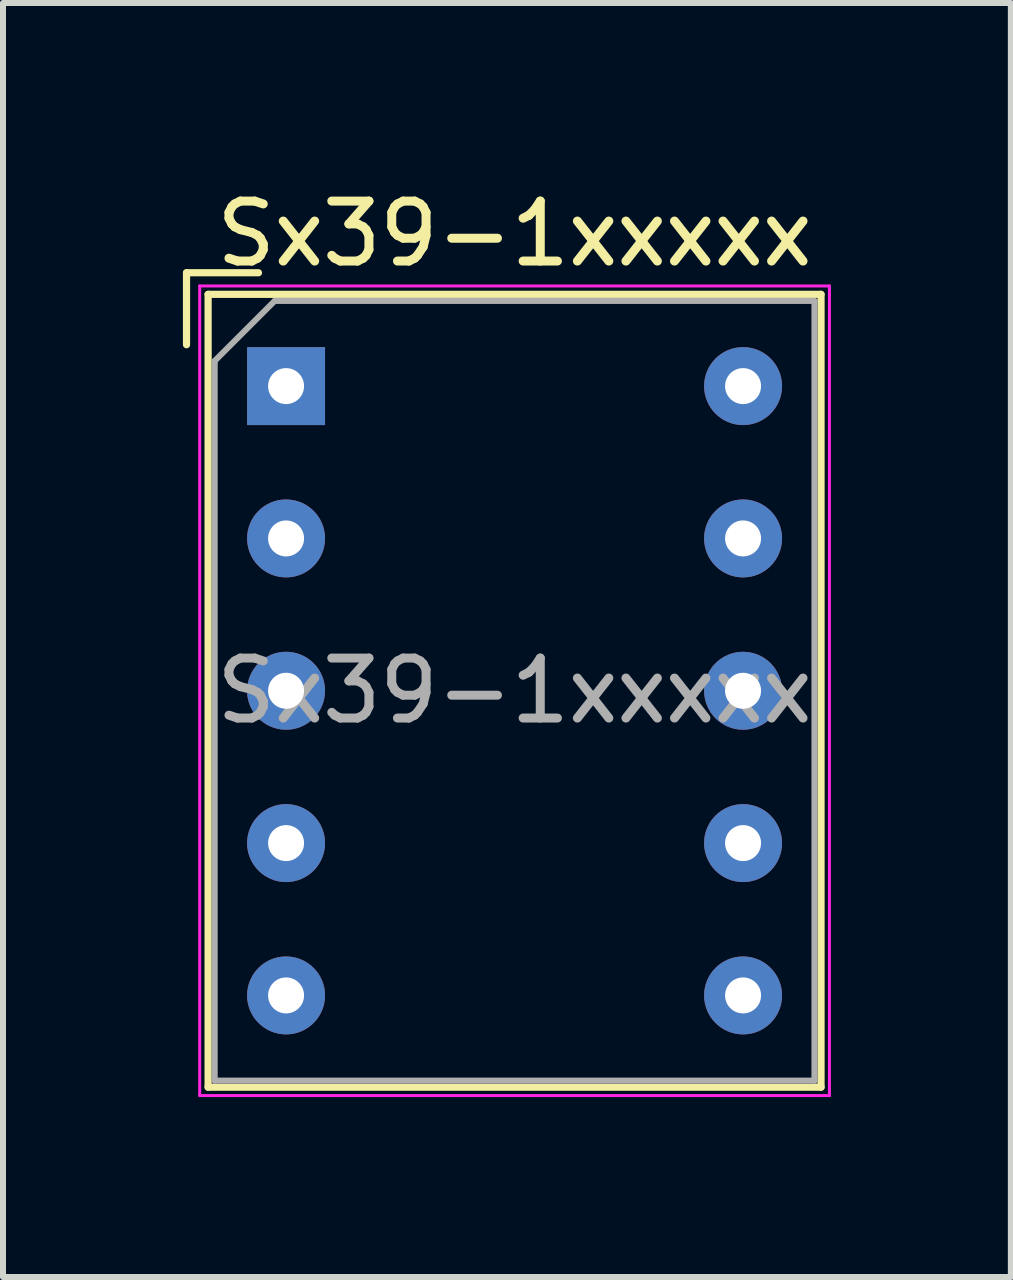
<source format=kicad_pcb>
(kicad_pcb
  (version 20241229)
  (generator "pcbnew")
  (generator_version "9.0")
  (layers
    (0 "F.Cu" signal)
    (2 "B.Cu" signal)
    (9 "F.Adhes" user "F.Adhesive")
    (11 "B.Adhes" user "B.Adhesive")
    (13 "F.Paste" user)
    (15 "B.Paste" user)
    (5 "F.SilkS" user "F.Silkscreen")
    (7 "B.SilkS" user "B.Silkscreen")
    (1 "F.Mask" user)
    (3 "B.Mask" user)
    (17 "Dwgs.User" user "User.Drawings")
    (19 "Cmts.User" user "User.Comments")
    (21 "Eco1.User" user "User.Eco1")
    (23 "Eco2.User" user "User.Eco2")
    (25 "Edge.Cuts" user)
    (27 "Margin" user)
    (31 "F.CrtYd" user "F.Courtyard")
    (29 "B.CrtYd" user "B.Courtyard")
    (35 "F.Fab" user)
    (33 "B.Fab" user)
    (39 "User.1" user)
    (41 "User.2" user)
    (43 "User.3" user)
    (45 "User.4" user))
  (footprint "Sx39-1xxxxx"
    (layer "F.Cu")
    (at 1.72 3.388)
    (property "Reference" "Sx39-1xxxxx" (at 3.81 -2.54 0) (layer "F.SilkS") (effects (font (size 1 1) (thickness 0.15))))
    (attr through_hole)
    (fp_line (start -1.66 -1.89) (end -0.46 -1.89) (stroke (width 0.12) (type solid)) (layer "F.SilkS"))
    (fp_line (start -1.66 -0.69) (end -1.66 -1.89) (stroke (width 0.12) (type solid)) (layer "F.SilkS"))
    (fp_line (start -1.3 -1.53) (end -1.3 11.69) (stroke (width 0.12) (type solid)) (layer "F.SilkS"))
    (fp_line (start -1.3 11.69) (end 8.92 11.69) (stroke (width 0.12) (type solid)) (layer "F.SilkS"))
    (fp_line (start 8.92 -1.53) (end -1.3 -1.53) (stroke (width 0.12) (type solid)) (layer "F.SilkS"))
    (fp_line (start 8.92 11.69) (end 8.92 -1.53) (stroke (width 0.12) (type solid)) (layer "F.SilkS"))
    (fp_line (start -1.44 -1.67) (end 9.06 -1.67) (stroke (width 0.05) (type solid)) (layer "F.CrtYd"))
    (fp_line (start -1.44 11.83) (end -1.44 -1.67) (stroke (width 0.05) (type solid)) (layer "F.CrtYd"))
    (fp_line (start 9.06 -1.67) (end 9.06 11.83) (stroke (width 0.05) (type solid)) (layer "F.CrtYd"))
    (fp_line (start 9.06 11.83) (end -1.44 11.83) (stroke (width 0.05) (type solid)) (layer "F.CrtYd"))
    (fp_line (start -1.19 -0.42) (end -0.19 -1.42) (stroke (width 0.1) (type solid)) (layer "F.Fab"))
    (fp_line (start -1.19 11.58) (end -1.19 -0.42) (stroke (width 0.1) (type solid)) (layer "F.Fab"))
    (fp_line (start -0.19 -1.42) (end 8.81 -1.42) (stroke (width 0.1) (type solid)) (layer "F.Fab"))
    (fp_line (start 8.81 -1.42) (end 8.81 11.58) (stroke (width 0.1) (type solid)) (layer "F.Fab"))
    (fp_line (start 8.81 11.58) (end -1.19 11.58) (stroke (width 0.1) (type solid)) (layer "F.Fab"))
    (fp_text user "${REFERENCE}" (at 3.81 5.08 0) (layer "F.Fab") (effects (font (size 1 1) (thickness 0.15))))
    (pad "1" thru_hole rect (at 0 0) (size 1.3 1.3) (drill 0.6) (layers "*.Cu" "*.Mask"))
    (pad "2" thru_hole circle (at 0 2.54) (size 1.3 1.3) (drill 0.6) (layers "*.Cu" "*.Mask"))
    (pad "3" thru_hole circle (at 0 5.08) (size 1.3 1.3) (drill 0.6) (layers "*.Cu" "*.Mask"))
    (pad "4" thru_hole circle (at 0 7.62) (size 1.3 1.3) (drill 0.6) (layers "*.Cu" "*.Mask"))
    (pad "5" thru_hole circle (at 0 10.16) (size 1.3 1.3) (drill 0.6) (layers "*.Cu" "*.Mask"))
    (pad "6" thru_hole circle (at 7.62 10.16) (size 1.3 1.3) (drill 0.6) (layers "*.Cu" "*.Mask"))
    (pad "7" thru_hole circle (at 7.62 7.62) (size 1.3 1.3) (drill 0.6) (layers "*.Cu" "*.Mask"))
    (pad "8" thru_hole circle (at 7.62 5.08) (size 1.3 1.3) (drill 0.6) (layers "*.Cu" "*.Mask"))
    (pad "9" thru_hole circle (at 7.62 2.54) (size 1.3 1.3) (drill 0.6) (layers "*.Cu" "*.Mask"))
    (pad "10" thru_hole circle (at 7.62 0) (size 1.3 1.3) (drill 0.6) (layers "*.Cu" "*.Mask")))
  (gr_rect
    (start -3 -3)
    (end 13.805 18.243)
    (stroke (width 0.1) (type default))
    (fill no)
    (layer "Edge.Cuts")))
</source>
